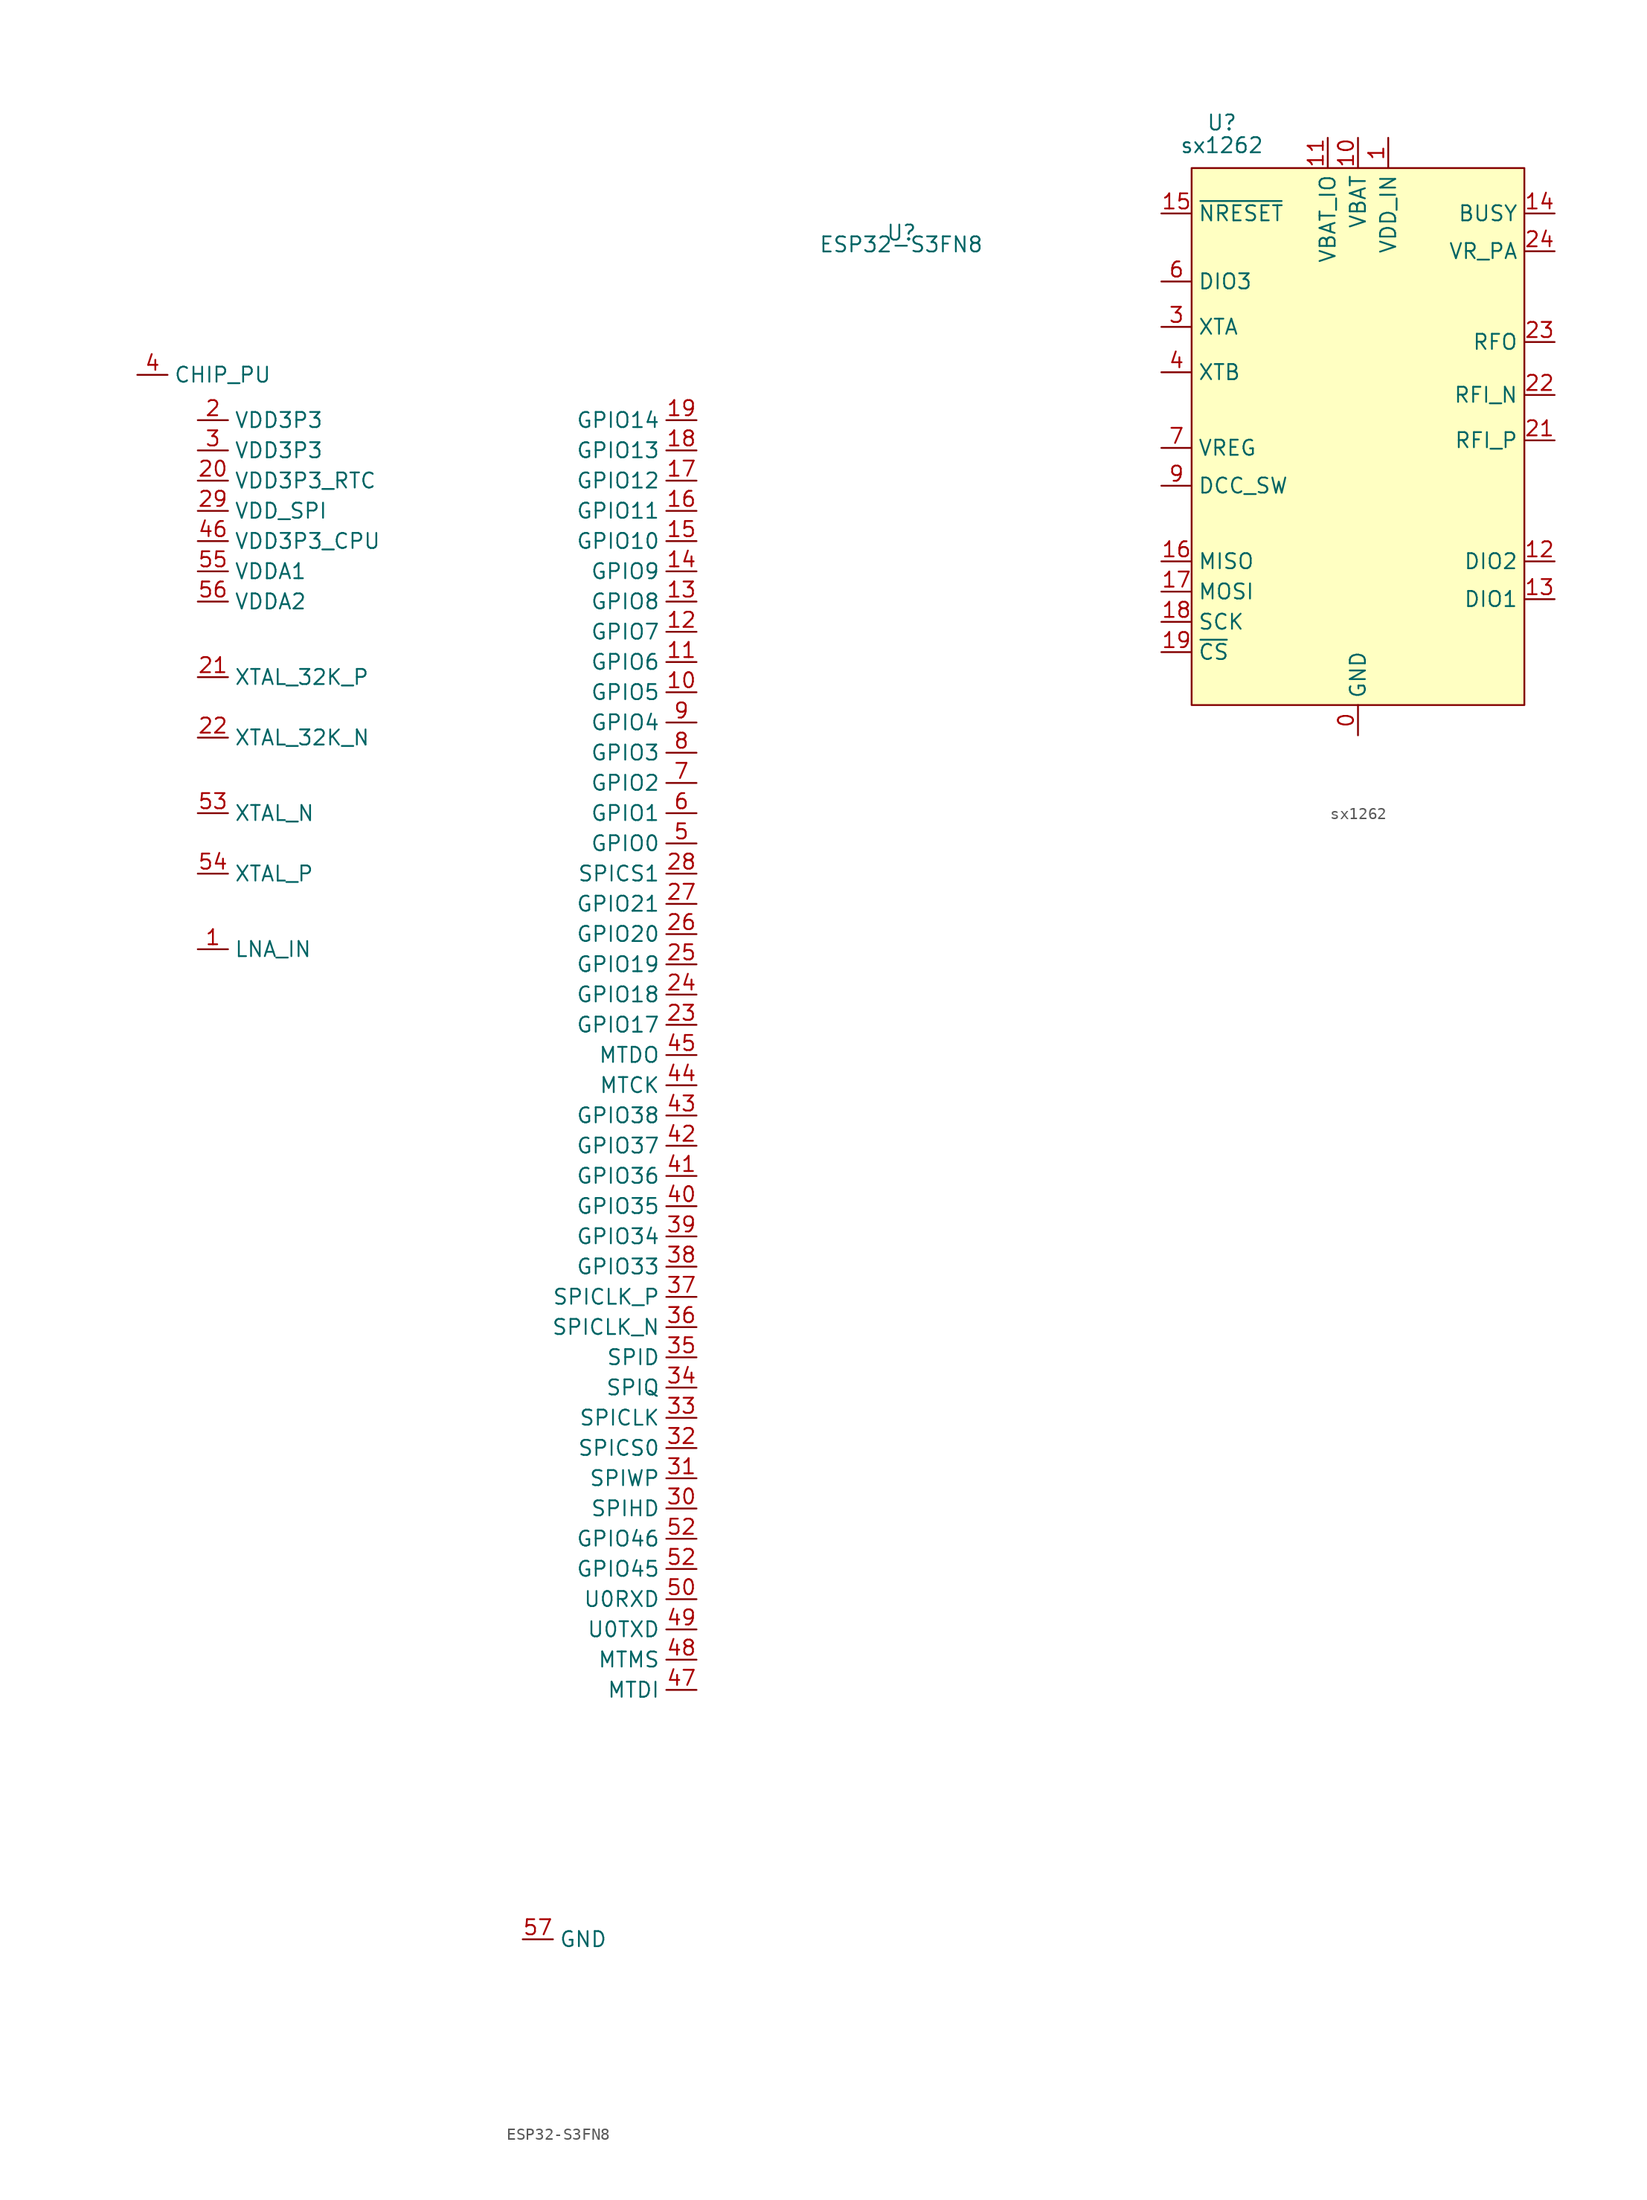
<source format=kicad_sym>
(kicad_symbol_lib
  (version 20211014)
  (generator kicad_symbol_editor)
  (symbol "ESP32-S3FN8"
    (property "Reference" "U"
      (at 17.221 56.388 0)
      (effects (font (size 1.27 1.27))))
    (property "Value" "ESP32-S3FN8"
      (at 17.196 55.397 0)
      (effects (font (size 1.27 1.27))))
    (symbol "ESP32-S3FN8_1_1"
      (pin bidirectional line (at -41.91 -3.81 0) (length 2.54) (name "LNA_IN" (effects (font (size 1.27 1.27)))) (number "1" (effects (font (size 1.27 1.27)))))
      (pin bidirectional line (at 0 17.78 180) (length 2.54) (name "GPIO5" (effects (font (size 1.27 1.27)))) (number "10" (effects (font (size 1.27 1.27)))))
      (pin bidirectional line (at 0 20.32 180) (length 2.54) (name "GPIO6" (effects (font (size 1.27 1.27)))) (number "11" (effects (font (size 1.27 1.27)))))
      (pin bidirectional line (at 0 22.86 180) (length 2.54) (name "GPIO7" (effects (font (size 1.27 1.27)))) (number "12" (effects (font (size 1.27 1.27)))))
      (pin bidirectional line (at 0 25.4 180) (length 2.54) (name "GPIO8" (effects (font (size 1.27 1.27)))) (number "13" (effects (font (size 1.27 1.27)))))
      (pin bidirectional line (at 0 27.94 180) (length 2.54) (name "GPIO9" (effects (font (size 1.27 1.27)))) (number "14" (effects (font (size 1.27 1.27)))))
      (pin bidirectional line (at 0 30.48 180) (length 2.54) (name "GPIO10" (effects (font (size 1.27 1.27)))) (number "15" (effects (font (size 1.27 1.27)))))
      (pin bidirectional line (at 0 33.02 180) (length 2.54) (name "GPIO11" (effects (font (size 1.27 1.27)))) (number "16" (effects (font (size 1.27 1.27)))))
      (pin bidirectional line (at 0 35.56 180) (length 2.54) (name "GPIO12" (effects (font (size 1.27 1.27)))) (number "17" (effects (font (size 1.27 1.27)))))
      (pin bidirectional line (at 0 38.1 180) (length 2.54) (name "GPIO13" (effects (font (size 1.27 1.27)))) (number "18" (effects (font (size 1.27 1.27)))))
      (pin bidirectional line (at 0 40.64 180) (length 2.54) (name "GPIO14" (effects (font (size 1.27 1.27)))) (number "19" (effects (font (size 1.27 1.27)))))
      (pin power_in line (at -41.91 40.64 0) (length 2.54) (name "VDD3P3" (effects (font (size 1.27 1.27)))) (number "2" (effects (font (size 1.27 1.27)))))
      (pin power_in line (at -41.91 35.56 0) (length 2.54) (name "VDD3P3_RTC" (effects (font (size 1.27 1.27)))) (number "20" (effects (font (size 1.27 1.27)))))
      (pin bidirectional line (at -41.91 19.05 0) (length 2.54) (name "XTAL_32K_P" (effects (font (size 1.27 1.27)))) (number "21" (effects (font (size 1.27 1.27)))))
      (pin bidirectional line (at -41.91 13.97 0) (length 2.54) (name "XTAL_32K_N" (effects (font (size 1.27 1.27)))) (number "22" (effects (font (size 1.27 1.27)))))
      (pin bidirectional line (at 0 -10.16 180) (length 2.54) (name "GPIO17" (effects (font (size 1.27 1.27)))) (number "23" (effects (font (size 1.27 1.27)))))
      (pin bidirectional line (at 0 -7.62 180) (length 2.54) (name "GPIO18" (effects (font (size 1.27 1.27)))) (number "24" (effects (font (size 1.27 1.27)))))
      (pin bidirectional line (at 0 -5.08 180) (length 2.54) (name "GPIO19" (effects (font (size 1.27 1.27)))) (number "25" (effects (font (size 1.27 1.27)))))
      (pin bidirectional line (at 0 -2.54 180) (length 2.54) (name "GPIO20" (effects (font (size 1.27 1.27)))) (number "26" (effects (font (size 1.27 1.27)))))
      (pin bidirectional line (at 0 0 180) (length 2.54) (name "GPIO21" (effects (font (size 1.27 1.27)))) (number "27" (effects (font (size 1.27 1.27)))))
      (pin bidirectional line (at 0 2.54 180) (length 2.54) (name "SPICS1" (effects (font (size 1.27 1.27)))) (number "28" (effects (font (size 1.27 1.27)))))
      (pin power_in line (at -41.91 33.02 0) (length 2.54) (name "VDD_SPI" (effects (font (size 1.27 1.27)))) (number "29" (effects (font (size 1.27 1.27)))))
      (pin power_in line (at -41.91 38.1 0) (length 2.54) (name "VDD3P3" (effects (font (size 1.27 1.27)))) (number "3" (effects (font (size 1.27 1.27)))))
      (pin bidirectional line (at 0 -50.8 180) (length 2.54) (name "SPIHD" (effects (font (size 1.27 1.27)))) (number "30" (effects (font (size 1.27 1.27)))))
      (pin bidirectional line (at 0 -48.26 180) (length 2.54) (name "SPIWP" (effects (font (size 1.27 1.27)))) (number "31" (effects (font (size 1.27 1.27)))))
      (pin bidirectional line (at 0 -45.72 180) (length 2.54) (name "SPICS0" (effects (font (size 1.27 1.27)))) (number "32" (effects (font (size 1.27 1.27)))))
      (pin bidirectional line (at 0 -43.18 180) (length 2.54) (name "SPICLK" (effects (font (size 1.27 1.27)))) (number "33" (effects (font (size 1.27 1.27)))))
      (pin bidirectional line (at 0 -40.64 180) (length 2.54) (name "SPIQ" (effects (font (size 1.27 1.27)))) (number "34" (effects (font (size 1.27 1.27)))))
      (pin bidirectional line (at 0 -38.1 180) (length 2.54) (name "SPID" (effects (font (size 1.27 1.27)))) (number "35" (effects (font (size 1.27 1.27)))))
      (pin bidirectional line (at 0 -35.56 180) (length 2.54) (name "SPICLK_N" (effects (font (size 1.27 1.27)))) (number "36" (effects (font (size 1.27 1.27)))))
      (pin bidirectional line (at 0 -33.02 180) (length 2.54) (name "SPICLK_P" (effects (font (size 1.27 1.27)))) (number "37" (effects (font (size 1.27 1.27)))))
      (pin bidirectional line (at 0 -30.48 180) (length 2.54) (name "GPIO33" (effects (font (size 1.27 1.27)))) (number "38" (effects (font (size 1.27 1.27)))))
      (pin bidirectional line (at 0 -27.94 180) (length 2.54) (name "GPIO34" (effects (font (size 1.27 1.27)))) (number "39" (effects (font (size 1.27 1.27)))))
      (pin input line (at -46.99 44.45 0) (length 2.54) (name "CHIP_PU" (effects (font (size 1.27 1.27)))) (number "4" (effects (font (size 1.27 1.27)))))
      (pin bidirectional line (at 0 -25.4 180) (length 2.54) (name "GPIO35" (effects (font (size 1.27 1.27)))) (number "40" (effects (font (size 1.27 1.27)))))
      (pin bidirectional line (at 0 -22.86 180) (length 2.54) (name "GPIO36" (effects (font (size 1.27 1.27)))) (number "41" (effects (font (size 1.27 1.27)))))
      (pin bidirectional line (at 0 -20.32 180) (length 2.54) (name "GPIO37" (effects (font (size 1.27 1.27)))) (number "42" (effects (font (size 1.27 1.27)))))
      (pin bidirectional line (at 0 -17.78 180) (length 2.54) (name "GPIO38" (effects (font (size 1.27 1.27)))) (number "43" (effects (font (size 1.27 1.27)))))
      (pin bidirectional line (at 0 -15.24 180) (length 2.54) (name "MTCK" (effects (font (size 1.27 1.27)))) (number "44" (effects (font (size 1.27 1.27)))))
      (pin bidirectional line (at 0 -12.7 180) (length 2.54) (name "MTDO" (effects (font (size 1.27 1.27)))) (number "45" (effects (font (size 1.27 1.27)))))
      (pin power_in line (at -41.91 30.48 0) (length 2.54) (name "VDD3P3_CPU" (effects (font (size 1.27 1.27)))) (number "46" (effects (font (size 1.27 1.27)))))
      (pin bidirectional line (at 0 -66.04 180) (length 2.54) (name "MTDI" (effects (font (size 1.27 1.27)))) (number "47" (effects (font (size 1.27 1.27)))))
      (pin bidirectional line (at 0 -63.5 180) (length 2.54) (name "MTMS" (effects (font (size 1.27 1.27)))) (number "48" (effects (font (size 1.27 1.27)))))
      (pin bidirectional line (at 0 -60.96 180) (length 2.54) (name "U0TXD" (effects (font (size 1.27 1.27)))) (number "49" (effects (font (size 1.27 1.27)))))
      (pin bidirectional line (at 0 5.08 180) (length 2.54) (name "GPIO0" (effects (font (size 1.27 1.27)))) (number "5" (effects (font (size 1.27 1.27)))))
      (pin bidirectional line (at 0 -58.42 180) (length 2.54) (name "U0RXD" (effects (font (size 1.27 1.27)))) (number "50" (effects (font (size 1.27 1.27)))))
      (pin bidirectional line (at 0 -55.88 180) (length 2.54) (name "GPIO45" (effects (font (size 1.27 1.27)))) (number "52" (effects (font (size 1.27 1.27)))))
      (pin bidirectional line (at 0 -53.34 180) (length 2.54) (name "GPIO46" (effects (font (size 1.27 1.27)))) (number "52" (effects (font (size 1.27 1.27)))))
      (pin bidirectional line (at -41.91 7.62 0) (length 2.54) (name "XTAL_N" (effects (font (size 1.27 1.27)))) (number "53" (effects (font (size 1.27 1.27)))))
      (pin bidirectional line (at -41.91 2.54 0) (length 2.54) (name "XTAL_P" (effects (font (size 1.27 1.27)))) (number "54" (effects (font (size 1.27 1.27)))))
      (pin power_in line (at -41.91 27.94 0) (length 2.54) (name "VDDA1" (effects (font (size 1.27 1.27)))) (number "55" (effects (font (size 1.27 1.27)))))
      (pin power_in line (at -41.91 25.4 0) (length 2.54) (name "VDDA2" (effects (font (size 1.27 1.27)))) (number "56" (effects (font (size 1.27 1.27)))))
      (pin power_out line (at -14.605 -86.995 0) (length 2.54) (name "GND" (effects (font (size 1.27 1.27)))) (number "57" (effects (font (size 1.27 1.27)))))
      (pin bidirectional line (at 0 7.62 180) (length 2.54) (name "GPIO1" (effects (font (size 1.27 1.27)))) (number "6" (effects (font (size 1.27 1.27)))))
      (pin bidirectional line (at 0 10.16 180) (length 2.54) (name "GPIO2" (effects (font (size 1.27 1.27)))) (number "7" (effects (font (size 1.27 1.27)))))
      (pin bidirectional line (at 0 12.7 180) (length 2.54) (name "GPIO3" (effects (font (size 1.27 1.27)))) (number "8" (effects (font (size 1.27 1.27)))))
      (pin bidirectional line (at 0 15.24 180) (length 2.54) (name "GPIO4" (effects (font (size 1.27 1.27)))) (number "9" (effects (font (size 1.27 1.27)))))))
  (symbol "sx1262"
    (property "Reference" "U"
      (at -11.43 25.4 0)
      (effects (font (size 1.27 1.27))))
    (property "Value" "sx1262"
      (at -11.43 23.495 0)
      (effects (font (size 1.27 1.27))))
    (symbol "sx1262_0_1"
      (rectangle (start -13.97 21.59) (end 13.97 -23.495) (stroke (width 0) (type default) (color 0 0 0 0)) (fill (type background))))
    (symbol "sx1262_1_1"
      (pin power_out line (at 0 -26.035 90) (length 2.54) (name "GND" (effects (font (size 1.27 1.27)))) (number "0" (effects (font (size 1.27 1.27)))))
      (pin power_in line (at 2.54 24.13 270) (length 2.54) (name "VDD_IN" (effects (font (size 1.27 1.27)))) (number "1" (effects (font (size 1.27 1.27)))))
      (pin power_in line (at 0 24.13 270) (length 2.54) (name "VBAT" (effects (font (size 1.27 1.27)))) (number "10" (effects (font (size 1.27 1.27)))))
      (pin power_in line (at -2.54 24.13 270) (length 2.54) (name "VBAT_IO" (effects (font (size 1.27 1.27)))) (number "11" (effects (font (size 1.27 1.27)))))
      (pin bidirectional line (at 16.51 -11.43 180) (length 2.54) (name "DIO2" (effects (font (size 1.27 1.27)))) (number "12" (effects (font (size 1.27 1.27)))))
      (pin bidirectional line (at 16.51 -14.605 180) (length 2.54) (name "DIO1" (effects (font (size 1.27 1.27)))) (number "13" (effects (font (size 1.27 1.27)))))
      (pin output line (at 16.51 17.78 180) (length 2.54) (name "BUSY" (effects (font (size 1.27 1.27)))) (number "14" (effects (font (size 1.27 1.27)))))
      (pin input line (at -16.51 17.78 0) (length 2.54) (name "~{NRESET}" (effects (font (size 1.27 1.27)))) (number "15" (effects (font (size 1.27 1.27)))))
      (pin output line (at -16.51 -11.43 0) (length 2.54) (name "MISO" (effects (font (size 1.27 1.27)))) (number "16" (effects (font (size 1.27 1.27)))))
      (pin input line (at -16.51 -13.97 0) (length 2.54) (name "MOSI" (effects (font (size 1.27 1.27)))) (number "17" (effects (font (size 1.27 1.27)))))
      (pin input line (at -16.51 -16.51 0) (length 2.54) (name "SCK" (effects (font (size 1.27 1.27)))) (number "18" (effects (font (size 1.27 1.27)))))
      (pin input line (at -16.51 -19.05 0) (length 2.54) (name "~{CS}" (effects (font (size 1.27 1.27)))) (number "19" (effects (font (size 1.27 1.27)))))
      (pin power_out line (at 0 -26.035 90) (length 2.54) hide (name "GND" (effects (font (size 1.27 1.27)))) (number "2" (effects (font (size 1.27 1.27)))))
      (pin power_out line (at 0 -26.035 90) (length 2.54) hide (name "GND" (effects (font (size 1.27 1.27)))) (number "20" (effects (font (size 1.27 1.27)))))
      (pin input line (at 16.51 -1.27 180) (length 2.54) (name "RFI_P" (effects (font (size 1.27 1.27)))) (number "21" (effects (font (size 1.27 1.27)))))
      (pin input line (at 16.51 2.54 180) (length 2.54) (name "RFI_N" (effects (font (size 1.27 1.27)))) (number "22" (effects (font (size 1.27 1.27)))))
      (pin output line (at 16.51 6.985 180) (length 2.54) (name "RFO" (effects (font (size 1.27 1.27)))) (number "23" (effects (font (size 1.27 1.27)))))
      (pin output line (at 16.51 14.605 180) (length 2.54) (name "VR_PA" (effects (font (size 1.27 1.27)))) (number "24" (effects (font (size 1.27 1.27)))))
      (pin bidirectional line (at -16.51 8.255 0) (length 2.54) (name "XTA" (effects (font (size 1.27 1.27)))) (number "3" (effects (font (size 1.27 1.27)))))
      (pin bidirectional line (at -16.51 4.445 0) (length 2.54) (name "XTB" (effects (font (size 1.27 1.27)))) (number "4" (effects (font (size 1.27 1.27)))))
      (pin power_out line (at 0 -26.035 90) (length 2.54) hide (name "GND" (effects (font (size 1.27 1.27)))) (number "5" (effects (font (size 1.27 1.27)))))
      (pin bidirectional line (at -16.51 12.065 0) (length 2.54) (name "DIO3" (effects (font (size 1.27 1.27)))) (number "6" (effects (font (size 1.27 1.27)))))
      (pin power_out line (at -16.51 -1.905 0) (length 2.54) (name "VREG" (effects (font (size 1.27 1.27)))) (number "7" (effects (font (size 1.27 1.27)))))
      (pin power_out line (at 0 -26.035 90) (length 2.54) hide (name "GND" (effects (font (size 1.27 1.27)))) (number "8" (effects (font (size 1.27 1.27)))))
      (pin power_out line (at -16.51 -5.08 0) (length 2.54) (name "DCC_SW" (effects (font (size 1.27 1.27)))) (number "9" (effects (font (size 1.27 1.27))))))))
</source>
